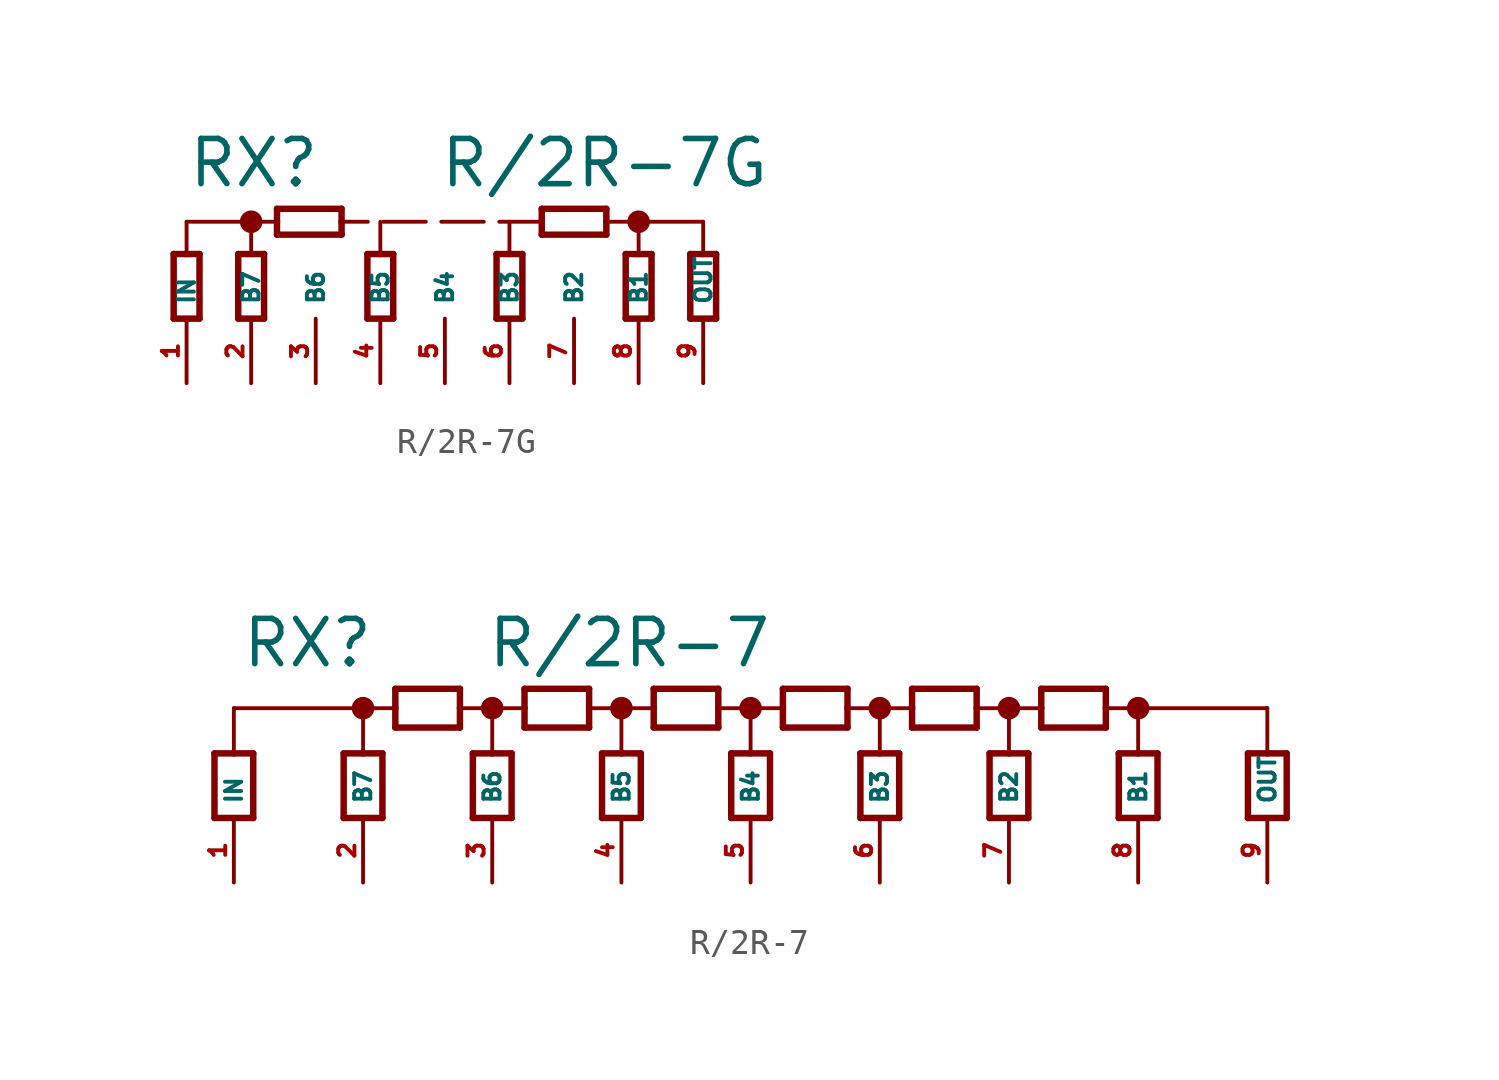
<source format=kicad_sym>
(kicad_symbol_lib
  (version 20220914)
  (generator Eagle2Kicad)
  (symbol "R/2R-7G"
    (property "Reference" "RX"
      (at -10.16 2.54 0)
      (effects (font (size 1.778 1.778) (thickness 0.22)) (justify left bottom)))
    (property "Value" "R/2R-7G"
      (at -0.254 2.54 0)
      (effects (font (size 1.778 1.778) (thickness 0.22)) (justify left bottom)))
    (polyline
      (pts (xy 7.112 -2.54) (xy 7.112 0))
      (stroke (width 0.254) (type default))
      (fill (type none)))
    (polyline
      (pts (xy 8.128 0) (xy 8.128 -2.54))
      (stroke (width 0.254) (type default))
      (fill (type none)))
    (polyline
      (pts (xy 7.112 0) (xy 7.62 0))
      (stroke (width 0.254) (type default))
      (fill (type none)))
    (polyline
      (pts (xy 7.62 0) (xy 8.128 0))
      (stroke (width 0.254) (type default))
      (fill (type none)))
    (polyline
      (pts (xy 8.128 -2.54) (xy 7.112 -2.54))
      (stroke (width 0.254) (type default))
      (fill (type none)))
    (polyline
      (pts (xy 3.81 1.778) (xy 6.35 1.778))
      (stroke (width 0.254) (type default))
      (fill (type none)))
    (polyline
      (pts (xy 6.35 0.762) (xy 3.81 0.762))
      (stroke (width 0.254) (type default))
      (fill (type none)))
    (polyline
      (pts (xy 6.35 1.778) (xy 6.35 1.27))
      (stroke (width 0.254) (type default))
      (fill (type none)))
    (polyline
      (pts (xy 6.35 1.27) (xy 6.35 0.762))
      (stroke (width 0.254) (type default))
      (fill (type none)))
    (polyline
      (pts (xy 3.81 0.762) (xy 3.81 1.27))
      (stroke (width 0.254) (type default))
      (fill (type none)))
    (polyline
      (pts (xy 3.81 1.27) (xy 3.81 1.778))
      (stroke (width 0.254) (type default))
      (fill (type none)))
    (polyline
      (pts (xy 6.35 1.27) (xy 7.62 1.27))
      (stroke (width 0.152) (type default))
      (fill (type none)))
    (polyline
      (pts (xy 7.62 1.27) (xy 10.16 1.27))
      (stroke (width 0.152) (type default))
      (fill (type none)))
    (polyline
      (pts (xy 10.16 0) (xy 10.16 1.27))
      (stroke (width 0.152) (type default))
      (fill (type none)))
    (polyline
      (pts (xy 7.62 0) (xy 7.62 1.27))
      (stroke (width 0.152) (type default))
      (fill (type none)))
    (polyline
      (pts (xy -7.62 1.27) (xy -10.16 1.27))
      (stroke (width 0.152) (type default))
      (fill (type none)))
    (polyline
      (pts (xy -10.16 0) (xy -10.16 1.27))
      (stroke (width 0.152) (type default))
      (fill (type none)))
    (polyline
      (pts (xy -6.604 1.778) (xy -4.064 1.778))
      (stroke (width 0.254) (type default))
      (fill (type none)))
    (polyline
      (pts (xy -4.064 0.762) (xy -6.604 0.762))
      (stroke (width 0.254) (type default))
      (fill (type none)))
    (polyline
      (pts (xy -4.064 1.778) (xy -4.064 1.27))
      (stroke (width 0.254) (type default))
      (fill (type none)))
    (polyline
      (pts (xy -4.064 1.27) (xy -4.064 0.762))
      (stroke (width 0.254) (type default))
      (fill (type none)))
    (polyline
      (pts (xy -6.604 0.762) (xy -6.604 1.27))
      (stroke (width 0.254) (type default))
      (fill (type none)))
    (polyline
      (pts (xy -6.604 1.27) (xy -6.604 1.778))
      (stroke (width 0.254) (type default))
      (fill (type none)))
    (polyline
      (pts (xy -7.62 1.27) (xy -6.604 1.27))
      (stroke (width 0.152) (type default))
      (fill (type none)))
    (polyline
      (pts (xy -7.62 0) (xy -7.62 1.27))
      (stroke (width 0.152) (type default))
      (fill (type none)))
    (polyline
      (pts (xy 9.652 -2.54) (xy 9.652 0))
      (stroke (width 0.254) (type default))
      (fill (type none)))
    (polyline
      (pts (xy 10.668 0) (xy 10.668 -2.54))
      (stroke (width 0.254) (type default))
      (fill (type none)))
    (polyline
      (pts (xy 9.652 0) (xy 10.16 0))
      (stroke (width 0.254) (type default))
      (fill (type none)))
    (polyline
      (pts (xy 10.16 0) (xy 10.668 0))
      (stroke (width 0.254) (type default))
      (fill (type none)))
    (polyline
      (pts (xy 10.668 -2.54) (xy 9.652 -2.54))
      (stroke (width 0.254) (type default))
      (fill (type none)))
    (polyline
      (pts (xy -10.668 -2.54) (xy -10.668 0))
      (stroke (width 0.254) (type default))
      (fill (type none)))
    (polyline
      (pts (xy -9.652 0) (xy -9.652 -2.54))
      (stroke (width 0.254) (type default))
      (fill (type none)))
    (polyline
      (pts (xy -10.668 0) (xy -10.16 0))
      (stroke (width 0.254) (type default))
      (fill (type none)))
    (polyline
      (pts (xy -10.16 0) (xy -9.652 0))
      (stroke (width 0.254) (type default))
      (fill (type none)))
    (polyline
      (pts (xy -9.652 -2.54) (xy -10.668 -2.54))
      (stroke (width 0.254) (type default))
      (fill (type none)))
    (polyline
      (pts (xy -8.128 -2.54) (xy -8.128 0))
      (stroke (width 0.254) (type default))
      (fill (type none)))
    (polyline
      (pts (xy -7.112 0) (xy -7.112 -2.54))
      (stroke (width 0.254) (type default))
      (fill (type none)))
    (polyline
      (pts (xy -8.128 0) (xy -7.62 0))
      (stroke (width 0.254) (type default))
      (fill (type none)))
    (polyline
      (pts (xy -7.62 0) (xy -7.112 0))
      (stroke (width 0.254) (type default))
      (fill (type none)))
    (polyline
      (pts (xy -7.112 -2.54) (xy -8.128 -2.54))
      (stroke (width 0.254) (type default))
      (fill (type none)))
    (polyline
      (pts (xy 3.81 1.27) (xy -4.064 1.27))
      (stroke (width 0.152) (type dash))
      (fill (type none)))
    (polyline
      (pts (xy 2.032 -2.54) (xy 2.032 0))
      (stroke (width 0.254) (type default))
      (fill (type none)))
    (polyline
      (pts (xy 3.048 0) (xy 3.048 -2.54))
      (stroke (width 0.254) (type default))
      (fill (type none)))
    (polyline
      (pts (xy 2.032 0) (xy 2.54 0))
      (stroke (width 0.254) (type default))
      (fill (type none)))
    (polyline
      (pts (xy 2.54 0) (xy 3.048 0))
      (stroke (width 0.254) (type default))
      (fill (type none)))
    (polyline
      (pts (xy 3.048 -2.54) (xy 2.032 -2.54))
      (stroke (width 0.254) (type default))
      (fill (type none)))
    (polyline
      (pts (xy 2.54 0) (xy 2.54 1.27))
      (stroke (width 0.152) (type default))
      (fill (type none)))
    (polyline
      (pts (xy -3.048 -2.54) (xy -3.048 0))
      (stroke (width 0.254) (type default))
      (fill (type none)))
    (polyline
      (pts (xy -2.032 0) (xy -2.032 -2.54))
      (stroke (width 0.254) (type default))
      (fill (type none)))
    (polyline
      (pts (xy -3.048 0) (xy -2.54 0))
      (stroke (width 0.254) (type default))
      (fill (type none)))
    (polyline
      (pts (xy -2.54 0) (xy -2.032 0))
      (stroke (width 0.254) (type default))
      (fill (type none)))
    (polyline
      (pts (xy -2.032 -2.54) (xy -3.048 -2.54))
      (stroke (width 0.254) (type default))
      (fill (type none)))
    (polyline
      (pts (xy -2.54 0) (xy -2.54 1.27))
      (stroke (width 0.152) (type default))
      (fill (type none)))
    (circle
      (center 7.62 1.27)
      (radius 0.254)
      (stroke (width 0.381) (type default))
      (fill (type none)))
    (circle
      (center -7.62 1.27)
      (radius 0.254)
      (stroke (width 0.381) (type default))
      (fill (type none)))
    (pin passive line
      (at 10.16 -5.08 90)
      (length 2.54)
      (name "OUT" (effects (font (size 0.635 0.635) (thickness 0.08)) (justify left bottom)))
      (number "9" (effects (font (size 0.635 0.635) (thickness 0.08)) (justify left bottom))))
    (pin passive line
      (at 7.62 -5.08 90)
      (length 2.54)
      (name "B1" (effects (font (size 0.635 0.635) (thickness 0.08)) (justify left bottom)))
      (number "8" (effects (font (size 0.635 0.635) (thickness 0.08)) (justify left bottom))))
    (pin passive line
      (at 5.08 -5.08 90)
      (length 2.54)
      (name "B2" (effects (font (size 0.635 0.635) (thickness 0.08)) (justify left bottom)))
      (number "7" (effects (font (size 0.635 0.635) (thickness 0.08)) (justify left bottom))))
    (pin passive line
      (at 2.54 -5.08 90)
      (length 2.54)
      (name "B3" (effects (font (size 0.635 0.635) (thickness 0.08)) (justify left bottom)))
      (number "6" (effects (font (size 0.635 0.635) (thickness 0.08)) (justify left bottom))))
    (pin passive line
      (at 0 -5.08 90)
      (length 2.54)
      (name "B4" (effects (font (size 0.635 0.635) (thickness 0.08)) (justify left bottom)))
      (number "5" (effects (font (size 0.635 0.635) (thickness 0.08)) (justify left bottom))))
    (pin passive line
      (at -2.54 -5.08 90)
      (length 2.54)
      (name "B5" (effects (font (size 0.635 0.635) (thickness 0.08)) (justify left bottom)))
      (number "4" (effects (font (size 0.635 0.635) (thickness 0.08)) (justify left bottom))))
    (pin passive line
      (at -5.08 -5.08 90)
      (length 2.54)
      (name "B6" (effects (font (size 0.635 0.635) (thickness 0.08)) (justify left bottom)))
      (number "3" (effects (font (size 0.635 0.635) (thickness 0.08)) (justify left bottom))))
    (pin passive line
      (at -7.62 -5.08 90)
      (length 2.54)
      (name "B7" (effects (font (size 0.635 0.635) (thickness 0.08)) (justify left bottom)))
      (number "2" (effects (font (size 0.635 0.635) (thickness 0.08)) (justify left bottom))))
    (pin passive line
      (at -10.16 -5.08 90)
      (length 2.54)
      (name "IN" (effects (font (size 0.635 0.635) (thickness 0.08)) (justify left bottom)))
      (number "1" (effects (font (size 0.635 0.635) (thickness 0.08)) (justify left bottom)))))
  (symbol "R/2R-7"
    (property "Reference" "RX"
      (at -22.606 3.302 0)
      (effects (font (size 1.778 1.778) (thickness 0.22)) (justify left bottom)))
    (property "Value" "R/2R-7"
      (at -12.954 3.302 0)
      (effects (font (size 1.778 1.778) (thickness 0.22)) (justify left bottom)))
    (polyline
      (pts (xy 12.7 1.778) (xy 17.78 1.778))
      (stroke (width 0.152) (type default))
      (fill (type none)))
    (polyline
      (pts (xy 17.018 -2.54) (xy 17.018 0))
      (stroke (width 0.254) (type default))
      (fill (type none)))
    (polyline
      (pts (xy 18.542 0) (xy 18.542 -2.54))
      (stroke (width 0.254) (type default))
      (fill (type none)))
    (polyline
      (pts (xy 17.018 0) (xy 17.78 0))
      (stroke (width 0.254) (type default))
      (fill (type none)))
    (polyline
      (pts (xy 17.78 0) (xy 18.542 0))
      (stroke (width 0.254) (type default))
      (fill (type none)))
    (polyline
      (pts (xy 18.542 -2.54) (xy 17.018 -2.54))
      (stroke (width 0.254) (type default))
      (fill (type none)))
    (polyline
      (pts (xy 17.78 0) (xy 17.78 1.778))
      (stroke (width 0.152) (type default))
      (fill (type none)))
    (polyline
      (pts (xy 11.938 -2.54) (xy 11.938 0))
      (stroke (width 0.254) (type default))
      (fill (type none)))
    (polyline
      (pts (xy 13.462 0) (xy 13.462 -2.54))
      (stroke (width 0.254) (type default))
      (fill (type none)))
    (polyline
      (pts (xy 11.938 0) (xy 12.7 0))
      (stroke (width 0.254) (type default))
      (fill (type none)))
    (polyline
      (pts (xy 12.7 0) (xy 13.462 0))
      (stroke (width 0.254) (type default))
      (fill (type none)))
    (polyline
      (pts (xy 13.462 -2.54) (xy 11.938 -2.54))
      (stroke (width 0.254) (type default))
      (fill (type none)))
    (polyline
      (pts (xy 8.89 2.54) (xy 11.43 2.54))
      (stroke (width 0.254) (type default))
      (fill (type none)))
    (polyline
      (pts (xy 11.43 1.016) (xy 8.89 1.016))
      (stroke (width 0.254) (type default))
      (fill (type none)))
    (polyline
      (pts (xy 11.43 2.54) (xy 11.43 1.778))
      (stroke (width 0.254) (type default))
      (fill (type none)))
    (polyline
      (pts (xy 11.43 1.778) (xy 11.43 1.016))
      (stroke (width 0.254) (type default))
      (fill (type none)))
    (polyline
      (pts (xy 8.89 1.016) (xy 8.89 1.778))
      (stroke (width 0.254) (type default))
      (fill (type none)))
    (polyline
      (pts (xy 8.89 1.778) (xy 8.89 2.54))
      (stroke (width 0.254) (type default))
      (fill (type none)))
    (polyline
      (pts (xy 11.43 1.778) (xy 12.7 1.778))
      (stroke (width 0.152) (type default))
      (fill (type none)))
    (polyline
      (pts (xy 12.7 0) (xy 12.7 1.778))
      (stroke (width 0.152) (type default))
      (fill (type none)))
    (polyline
      (pts (xy 7.62 1.778) (xy 8.89 1.778))
      (stroke (width 0.152) (type default))
      (fill (type none)))
    (polyline
      (pts (xy 6.858 -2.54) (xy 6.858 0))
      (stroke (width 0.254) (type default))
      (fill (type none)))
    (polyline
      (pts (xy 8.382 0) (xy 8.382 -2.54))
      (stroke (width 0.254) (type default))
      (fill (type none)))
    (polyline
      (pts (xy 6.858 0) (xy 7.62 0))
      (stroke (width 0.254) (type default))
      (fill (type none)))
    (polyline
      (pts (xy 7.62 0) (xy 8.382 0))
      (stroke (width 0.254) (type default))
      (fill (type none)))
    (polyline
      (pts (xy 8.382 -2.54) (xy 6.858 -2.54))
      (stroke (width 0.254) (type default))
      (fill (type none)))
    (polyline
      (pts (xy 3.81 2.54) (xy 6.35 2.54))
      (stroke (width 0.254) (type default))
      (fill (type none)))
    (polyline
      (pts (xy 6.35 1.016) (xy 3.81 1.016))
      (stroke (width 0.254) (type default))
      (fill (type none)))
    (polyline
      (pts (xy 6.35 2.54) (xy 6.35 1.778))
      (stroke (width 0.254) (type default))
      (fill (type none)))
    (polyline
      (pts (xy 6.35 1.778) (xy 6.35 1.016))
      (stroke (width 0.254) (type default))
      (fill (type none)))
    (polyline
      (pts (xy 3.81 1.016) (xy 3.81 1.778))
      (stroke (width 0.254) (type default))
      (fill (type none)))
    (polyline
      (pts (xy 3.81 1.778) (xy 3.81 2.54))
      (stroke (width 0.254) (type default))
      (fill (type none)))
    (polyline
      (pts (xy 6.35 1.778) (xy 7.62 1.778))
      (stroke (width 0.152) (type default))
      (fill (type none)))
    (polyline
      (pts (xy 7.62 0) (xy 7.62 1.778))
      (stroke (width 0.152) (type default))
      (fill (type none)))
    (polyline
      (pts (xy 2.54 1.778) (xy 3.81 1.778))
      (stroke (width 0.152) (type default))
      (fill (type none)))
    (polyline
      (pts (xy 1.778 -2.54) (xy 1.778 0))
      (stroke (width 0.254) (type default))
      (fill (type none)))
    (polyline
      (pts (xy 3.302 0) (xy 3.302 -2.54))
      (stroke (width 0.254) (type default))
      (fill (type none)))
    (polyline
      (pts (xy 1.778 0) (xy 2.54 0))
      (stroke (width 0.254) (type default))
      (fill (type none)))
    (polyline
      (pts (xy 2.54 0) (xy 3.302 0))
      (stroke (width 0.254) (type default))
      (fill (type none)))
    (polyline
      (pts (xy 3.302 -2.54) (xy 1.778 -2.54))
      (stroke (width 0.254) (type default))
      (fill (type none)))
    (polyline
      (pts (xy -1.27 2.54) (xy 1.27 2.54))
      (stroke (width 0.254) (type default))
      (fill (type none)))
    (polyline
      (pts (xy 1.27 1.016) (xy -1.27 1.016))
      (stroke (width 0.254) (type default))
      (fill (type none)))
    (polyline
      (pts (xy 1.27 2.54) (xy 1.27 1.778))
      (stroke (width 0.254) (type default))
      (fill (type none)))
    (polyline
      (pts (xy 1.27 1.778) (xy 1.27 1.016))
      (stroke (width 0.254) (type default))
      (fill (type none)))
    (polyline
      (pts (xy -1.27 1.016) (xy -1.27 1.778))
      (stroke (width 0.254) (type default))
      (fill (type none)))
    (polyline
      (pts (xy -1.27 1.778) (xy -1.27 2.54))
      (stroke (width 0.254) (type default))
      (fill (type none)))
    (polyline
      (pts (xy 1.27 1.778) (xy 2.54 1.778))
      (stroke (width 0.152) (type default))
      (fill (type none)))
    (polyline
      (pts (xy 2.54 0) (xy 2.54 1.778))
      (stroke (width 0.152) (type default))
      (fill (type none)))
    (polyline
      (pts (xy -2.54 1.778) (xy -1.27 1.778))
      (stroke (width 0.152) (type default))
      (fill (type none)))
    (polyline
      (pts (xy -3.302 -2.54) (xy -3.302 0))
      (stroke (width 0.254) (type default))
      (fill (type none)))
    (polyline
      (pts (xy -1.778 0) (xy -1.778 -2.54))
      (stroke (width 0.254) (type default))
      (fill (type none)))
    (polyline
      (pts (xy -3.302 0) (xy -2.54 0))
      (stroke (width 0.254) (type default))
      (fill (type none)))
    (polyline
      (pts (xy -2.54 0) (xy -1.778 0))
      (stroke (width 0.254) (type default))
      (fill (type none)))
    (polyline
      (pts (xy -1.778 -2.54) (xy -3.302 -2.54))
      (stroke (width 0.254) (type default))
      (fill (type none)))
    (polyline
      (pts (xy -6.35 2.54) (xy -3.81 2.54))
      (stroke (width 0.254) (type default))
      (fill (type none)))
    (polyline
      (pts (xy -3.81 1.016) (xy -6.35 1.016))
      (stroke (width 0.254) (type default))
      (fill (type none)))
    (polyline
      (pts (xy -3.81 2.54) (xy -3.81 1.778))
      (stroke (width 0.254) (type default))
      (fill (type none)))
    (polyline
      (pts (xy -3.81 1.778) (xy -3.81 1.016))
      (stroke (width 0.254) (type default))
      (fill (type none)))
    (polyline
      (pts (xy -6.35 1.016) (xy -6.35 1.778))
      (stroke (width 0.254) (type default))
      (fill (type none)))
    (polyline
      (pts (xy -6.35 1.778) (xy -6.35 2.54))
      (stroke (width 0.254) (type default))
      (fill (type none)))
    (polyline
      (pts (xy -3.81 1.778) (xy -2.54 1.778))
      (stroke (width 0.152) (type default))
      (fill (type none)))
    (polyline
      (pts (xy -2.54 0) (xy -2.54 1.778))
      (stroke (width 0.152) (type default))
      (fill (type none)))
    (polyline
      (pts (xy -7.62 1.778) (xy -6.35 1.778))
      (stroke (width 0.152) (type default))
      (fill (type none)))
    (polyline
      (pts (xy -8.382 -2.54) (xy -8.382 0))
      (stroke (width 0.254) (type default))
      (fill (type none)))
    (polyline
      (pts (xy -6.858 0) (xy -6.858 -2.54))
      (stroke (width 0.254) (type default))
      (fill (type none)))
    (polyline
      (pts (xy -8.382 0) (xy -7.62 0))
      (stroke (width 0.254) (type default))
      (fill (type none)))
    (polyline
      (pts (xy -7.62 0) (xy -6.858 0))
      (stroke (width 0.254) (type default))
      (fill (type none)))
    (polyline
      (pts (xy -6.858 -2.54) (xy -8.382 -2.54))
      (stroke (width 0.254) (type default))
      (fill (type none)))
    (polyline
      (pts (xy -11.43 2.54) (xy -8.89 2.54))
      (stroke (width 0.254) (type default))
      (fill (type none)))
    (polyline
      (pts (xy -8.89 1.016) (xy -11.43 1.016))
      (stroke (width 0.254) (type default))
      (fill (type none)))
    (polyline
      (pts (xy -8.89 2.54) (xy -8.89 1.778))
      (stroke (width 0.254) (type default))
      (fill (type none)))
    (polyline
      (pts (xy -8.89 1.778) (xy -8.89 1.016))
      (stroke (width 0.254) (type default))
      (fill (type none)))
    (polyline
      (pts (xy -11.43 1.016) (xy -11.43 1.778))
      (stroke (width 0.254) (type default))
      (fill (type none)))
    (polyline
      (pts (xy -11.43 1.778) (xy -11.43 2.54))
      (stroke (width 0.254) (type default))
      (fill (type none)))
    (polyline
      (pts (xy -8.89 1.778) (xy -7.62 1.778))
      (stroke (width 0.152) (type default))
      (fill (type none)))
    (polyline
      (pts (xy -7.62 0) (xy -7.62 1.778))
      (stroke (width 0.152) (type default))
      (fill (type none)))
    (polyline
      (pts (xy -12.7 1.778) (xy -11.43 1.778))
      (stroke (width 0.152) (type default))
      (fill (type none)))
    (polyline
      (pts (xy -13.462 -2.54) (xy -13.462 0))
      (stroke (width 0.254) (type default))
      (fill (type none)))
    (polyline
      (pts (xy -11.938 0) (xy -11.938 -2.54))
      (stroke (width 0.254) (type default))
      (fill (type none)))
    (polyline
      (pts (xy -13.462 0) (xy -12.7 0))
      (stroke (width 0.254) (type default))
      (fill (type none)))
    (polyline
      (pts (xy -12.7 0) (xy -11.938 0))
      (stroke (width 0.254) (type default))
      (fill (type none)))
    (polyline
      (pts (xy -11.938 -2.54) (xy -13.462 -2.54))
      (stroke (width 0.254) (type default))
      (fill (type none)))
    (polyline
      (pts (xy -16.51 2.54) (xy -13.97 2.54))
      (stroke (width 0.254) (type default))
      (fill (type none)))
    (polyline
      (pts (xy -13.97 1.016) (xy -16.51 1.016))
      (stroke (width 0.254) (type default))
      (fill (type none)))
    (polyline
      (pts (xy -13.97 2.54) (xy -13.97 1.778))
      (stroke (width 0.254) (type default))
      (fill (type none)))
    (polyline
      (pts (xy -13.97 1.778) (xy -13.97 1.016))
      (stroke (width 0.254) (type default))
      (fill (type none)))
    (polyline
      (pts (xy -16.51 1.016) (xy -16.51 1.778))
      (stroke (width 0.254) (type default))
      (fill (type none)))
    (polyline
      (pts (xy -16.51 1.778) (xy -16.51 2.54))
      (stroke (width 0.254) (type default))
      (fill (type none)))
    (polyline
      (pts (xy -13.97 1.778) (xy -12.7 1.778))
      (stroke (width 0.152) (type default))
      (fill (type none)))
    (polyline
      (pts (xy -12.7 0) (xy -12.7 1.778))
      (stroke (width 0.152) (type default))
      (fill (type none)))
    (polyline
      (pts (xy -17.78 1.778) (xy -16.51 1.778))
      (stroke (width 0.152) (type default))
      (fill (type none)))
    (polyline
      (pts (xy -18.542 -2.54) (xy -18.542 0))
      (stroke (width 0.254) (type default))
      (fill (type none)))
    (polyline
      (pts (xy -17.018 0) (xy -17.018 -2.54))
      (stroke (width 0.254) (type default))
      (fill (type none)))
    (polyline
      (pts (xy -18.542 0) (xy -17.78 0))
      (stroke (width 0.254) (type default))
      (fill (type none)))
    (polyline
      (pts (xy -17.78 0) (xy -17.018 0))
      (stroke (width 0.254) (type default))
      (fill (type none)))
    (polyline
      (pts (xy -17.018 -2.54) (xy -18.542 -2.54))
      (stroke (width 0.254) (type default))
      (fill (type none)))
    (polyline
      (pts (xy -17.78 0) (xy -17.78 1.778))
      (stroke (width 0.152) (type default))
      (fill (type none)))
    (polyline
      (pts (xy -17.78 1.778) (xy -22.86 1.778))
      (stroke (width 0.152) (type default))
      (fill (type none)))
    (polyline
      (pts (xy -22.098 -2.54) (xy -22.098 0))
      (stroke (width 0.254) (type default))
      (fill (type none)))
    (polyline
      (pts (xy -23.622 0) (xy -23.622 -2.54))
      (stroke (width 0.254) (type default))
      (fill (type none)))
    (polyline
      (pts (xy -22.098 0) (xy -22.86 0))
      (stroke (width 0.254) (type default))
      (fill (type none)))
    (polyline
      (pts (xy -22.86 0) (xy -23.622 0))
      (stroke (width 0.254) (type default))
      (fill (type none)))
    (polyline
      (pts (xy -23.622 -2.54) (xy -22.098 -2.54))
      (stroke (width 0.254) (type default))
      (fill (type none)))
    (polyline
      (pts (xy -22.86 0) (xy -22.86 1.778))
      (stroke (width 0.152) (type default))
      (fill (type none)))
    (circle
      (center 12.7 1.778)
      (radius 0.254)
      (stroke (width 0.381) (type default))
      (fill (type none)))
    (circle
      (center 7.62 1.778)
      (radius 0.254)
      (stroke (width 0.381) (type default))
      (fill (type none)))
    (circle
      (center 2.54 1.778)
      (radius 0.254)
      (stroke (width 0.381) (type default))
      (fill (type none)))
    (circle
      (center -2.54 1.778)
      (radius 0.254)
      (stroke (width 0.381) (type default))
      (fill (type none)))
    (circle
      (center -7.62 1.778)
      (radius 0.254)
      (stroke (width 0.381) (type default))
      (fill (type none)))
    (circle
      (center -12.7 1.778)
      (radius 0.254)
      (stroke (width 0.381) (type default))
      (fill (type none)))
    (circle
      (center -17.78 1.778)
      (radius 0.254)
      (stroke (width 0.381) (type default))
      (fill (type none)))
    (pin passive line
      (at 17.78 -5.08 90)
      (length 2.54)
      (name "OUT" (effects (font (size 0.635 0.635) (thickness 0.08)) (justify left bottom)))
      (number "9" (effects (font (size 0.635 0.635) (thickness 0.08)) (justify left bottom))))
    (pin passive line
      (at 12.7 -5.08 90)
      (length 2.54)
      (name "B1" (effects (font (size 0.635 0.635) (thickness 0.08)) (justify left bottom)))
      (number "8" (effects (font (size 0.635 0.635) (thickness 0.08)) (justify left bottom))))
    (pin passive line
      (at 7.62 -5.08 90)
      (length 2.54)
      (name "B2" (effects (font (size 0.635 0.635) (thickness 0.08)) (justify left bottom)))
      (number "7" (effects (font (size 0.635 0.635) (thickness 0.08)) (justify left bottom))))
    (pin passive line
      (at 2.54 -5.08 90)
      (length 2.54)
      (name "B3" (effects (font (size 0.635 0.635) (thickness 0.08)) (justify left bottom)))
      (number "6" (effects (font (size 0.635 0.635) (thickness 0.08)) (justify left bottom))))
    (pin passive line
      (at -2.54 -5.08 90)
      (length 2.54)
      (name "B4" (effects (font (size 0.635 0.635) (thickness 0.08)) (justify left bottom)))
      (number "5" (effects (font (size 0.635 0.635) (thickness 0.08)) (justify left bottom))))
    (pin passive line
      (at -7.62 -5.08 90)
      (length 2.54)
      (name "B5" (effects (font (size 0.635 0.635) (thickness 0.08)) (justify left bottom)))
      (number "4" (effects (font (size 0.635 0.635) (thickness 0.08)) (justify left bottom))))
    (pin passive line
      (at -12.7 -5.08 90)
      (length 2.54)
      (name "B6" (effects (font (size 0.635 0.635) (thickness 0.08)) (justify left bottom)))
      (number "3" (effects (font (size 0.635 0.635) (thickness 0.08)) (justify left bottom))))
    (pin passive line
      (at -17.78 -5.08 90)
      (length 2.54)
      (name "B7" (effects (font (size 0.635 0.635) (thickness 0.08)) (justify left bottom)))
      (number "2" (effects (font (size 0.635 0.635) (thickness 0.08)) (justify left bottom))))
    (pin passive line
      (at -22.86 -5.08 90)
      (length 2.54)
      (name "IN" (effects (font (size 0.635 0.635) (thickness 0.08)) (justify left bottom)))
      (number "1" (effects (font (size 0.635 0.635) (thickness 0.08)) (justify left bottom))))))
</source>
